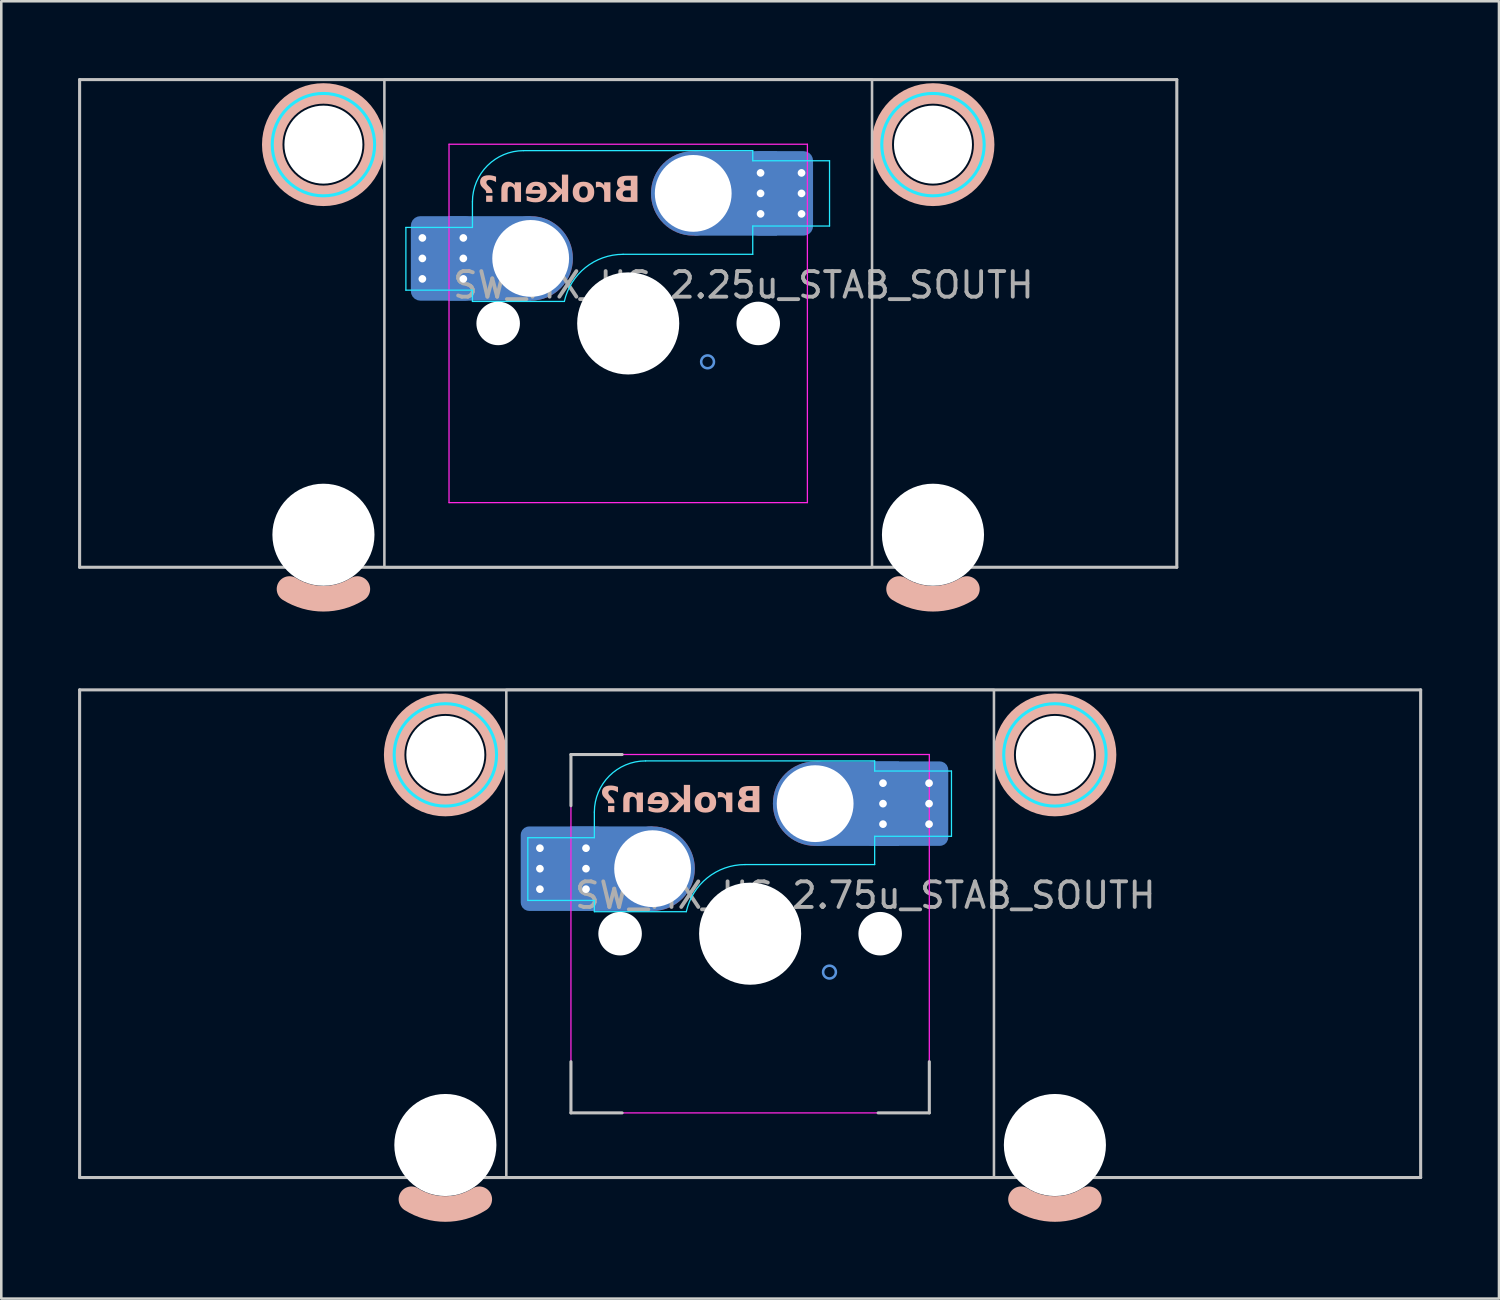
<source format=kicad_pcb>
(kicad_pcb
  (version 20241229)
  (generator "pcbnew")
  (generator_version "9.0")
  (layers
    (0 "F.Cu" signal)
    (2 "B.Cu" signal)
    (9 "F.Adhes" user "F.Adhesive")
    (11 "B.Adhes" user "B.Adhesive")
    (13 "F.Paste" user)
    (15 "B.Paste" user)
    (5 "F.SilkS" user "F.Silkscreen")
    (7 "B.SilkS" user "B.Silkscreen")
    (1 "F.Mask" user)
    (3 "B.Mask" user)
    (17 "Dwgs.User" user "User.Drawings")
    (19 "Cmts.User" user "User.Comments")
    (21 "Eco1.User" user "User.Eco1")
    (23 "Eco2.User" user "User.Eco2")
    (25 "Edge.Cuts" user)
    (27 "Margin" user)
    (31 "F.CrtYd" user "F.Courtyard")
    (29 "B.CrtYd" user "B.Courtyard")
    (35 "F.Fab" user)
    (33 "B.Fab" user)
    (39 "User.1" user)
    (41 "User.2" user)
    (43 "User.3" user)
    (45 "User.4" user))
  (footprint "SW_MX_HS_2.75u_STAB_SOUTH"
    (layer "F.Cu")
    (at 26.254 33.425)
    (property "Reference" "SW_MX_HS_2.75u_STAB_SOUTH" (at 4.5 -1.5 0) (layer "F.Fab") (effects (font (size 1 1) (thickness 0.15))))
    (attr smd)
    (fp_arc (start -10.581252 10.374995) (mid -11.90625 10.755) (end -13.231248 10.374995) (stroke (width 1) (type default)) (layer "B.SilkS"))
    (fp_arc (start 13.231248 10.374995) (mid 11.90625 10.755) (end 10.581252 10.374995) (stroke (width 1) (type default)) (layer "B.SilkS"))
    (fp_circle (center -11.906 -6.985) (end -13.906 -6.985) (stroke (width 0.8) (type solid)) (fill no) (layer "B.SilkS"))
    (fp_circle (center 11.906 -6.985) (end 9.906 -6.985) (stroke (width 0.8) (type solid)) (fill no) (layer "B.SilkS"))
    (fp_line (start -26.194 -9.525) (end -26.194 9.525) (stroke (width 0.12) (type solid)) (layer "Dwgs.User"))
    (fp_line (start -26.194 -9.525) (end 26.194 -9.525) (stroke (width 0.12) (type solid)) (layer "Dwgs.User"))
    (fp_line (start -26.194 9.525) (end 26.194 9.525) (stroke (width 0.12) (type solid)) (layer "Dwgs.User"))
    (fp_line (start -7 -7) (end -5 -7) (stroke (width 0.12) (type solid)) (layer "Dwgs.User"))
    (fp_line (start -7 -5) (end -7 -7) (stroke (width 0.12) (type solid)) (layer "Dwgs.User"))
    (fp_line (start -7 7) (end -7 5) (stroke (width 0.12) (type solid)) (layer "Dwgs.User"))
    (fp_line (start -5 7) (end -7 7) (stroke (width 0.12) (type solid)) (layer "Dwgs.User"))
    (fp_line (start 5 7) (end 7 7) (stroke (width 0.12) (type solid)) (layer "Dwgs.User"))
    (fp_line (start 7 7) (end 7 5) (stroke (width 0.12) (type solid)) (layer "Dwgs.User"))
    (fp_line (start 26.194 -9.525) (end 26.194 9.525) (stroke (width 0.12) (type solid)) (layer "Dwgs.User"))
    (fp_rect (start -9.525 -9.525) (end 9.525 9.525) (stroke (width 0.1) (type default)) (fill no) (layer "Dwgs.User"))
    (fp_circle (center 0 0) (end 0 -1) (stroke (width 0.1) (type default)) (fill no) (layer "Cmts.User"))
    (fp_circle (center 3.1 1.5) (end 3.35 1.5) (stroke (width 0.1) (type default)) (fill no) (layer "Cmts.User"))
    (fp_line (start -15.281 -5.5) (end -15.281 7.5) (stroke (width 0.05) (type solid)) (layer "Eco2.User"))
    (fp_line (start -14.781 -6) (end -9.031 -6) (stroke (width 0.05) (type solid)) (layer "Eco2.User"))
    (fp_line (start -14.781 8) (end -9.031 8) (stroke (width 0.05) (type solid)) (layer "Eco2.User"))
    (fp_line (start -8.531 -5.5) (end -8.531 7.5) (stroke (width 0.05) (type solid)) (layer "Eco2.User"))
    (fp_line (start -7 6.5) (end -7 -6.5) (stroke (width 0.05) (type solid)) (layer "Eco2.User"))
    (fp_line (start -6.5 -7) (end 6.5 -7) (stroke (width 0.05) (type solid)) (layer "Eco2.User"))
    (fp_line (start 6.5 7) (end -6.5 7) (stroke (width 0.05) (type solid)) (layer "Eco2.User"))
    (fp_line (start 7 -6.5) (end 7 6.5) (stroke (width 0.05) (type solid)) (layer "Eco2.User"))
    (fp_line (start 8.531 -5.5) (end 8.531 7.5) (stroke (width 0.05) (type solid)) (layer "Eco2.User"))
    (fp_line (start 9.031 -6) (end 14.78 -6) (stroke (width 0.05) (type solid)) (layer "Eco2.User"))
    (fp_line (start 9.031 8) (end 14.781 8) (stroke (width 0.05) (type solid)) (layer "Eco2.User"))
    (fp_line (start 15.28 -5.5) (end 15.281 7.5) (stroke (width 0.05) (type solid)) (layer "Eco2.User"))
    (fp_arc (start -15.28125 -5.499999) (mid -15.134803 -5.853552) (end -14.78125 -5.999999) (stroke (width 0.05) (type solid)) (layer "Eco2.User"))
    (fp_arc (start -14.78125 8.000001) (mid -15.134803 7.853554) (end -15.28125 7.500001) (stroke (width 0.05) (type solid)) (layer "Eco2.User"))
    (fp_arc (start -9.03125 -5.999999) (mid -8.677697 -5.853553) (end -8.53125 -5.499999) (stroke (width 0.05) (type solid)) (layer "Eco2.User"))
    (fp_arc (start -8.53125 7.500001) (mid -8.677699 7.85355) (end -9.03125 8.000001) (stroke (width 0.05) (type solid)) (layer "Eco2.User"))
    (fp_arc (start -7 -6.5) (mid -6.853553 -6.853553) (end -6.5 -7) (stroke (width 0.05) (type solid)) (layer "Eco2.User"))
    (fp_arc (start -6.5 7) (mid -6.853553 6.853553) (end -7 6.5) (stroke (width 0.05) (type solid)) (layer "Eco2.User"))
    (fp_arc (start 6.5 -7) (mid 6.853553 -6.853553) (end 7 -6.5) (stroke (width 0.05) (type solid)) (layer "Eco2.User"))
    (fp_arc (start 6.997236 6.498884) (mid 6.850805 6.852453) (end 6.497236 6.998884) (stroke (width 0.05) (type solid)) (layer "Eco2.User"))
    (fp_arc (start 8.53125 -5.499999) (mid 8.677694 -5.853557) (end 9.03125 -5.999999) (stroke (width 0.05) (type solid)) (layer "Eco2.User"))
    (fp_arc (start 9.03125 8.000001) (mid 8.677725 7.853525) (end 8.53125 7.500001) (stroke (width 0.05) (type solid)) (layer "Eco2.User"))
    (fp_arc (start 14.780039 -5.999999) (mid 15.133569 -5.853527) (end 15.280039 -5.499999) (stroke (width 0.05) (type solid)) (layer "Eco2.User"))
    (fp_arc (start 15.28125 7.500001) (mid 15.134801 7.85355) (end 14.78125 8.000001) (stroke (width 0.05) (type solid)) (layer "Eco2.User"))
    (fp_line (start -8.685 -3.75) (end -8.685 -1.3) (stroke (width 0.05) (type solid)) (layer "B.CrtYd"))
    (fp_line (start -8.685 -1.3) (end -6.085 -1.3) (stroke (width 0.05) (type solid)) (layer "B.CrtYd"))
    (fp_line (start -6.085 -3.75) (end -8.685 -3.75) (stroke (width 0.05) (type solid)) (layer "B.CrtYd"))
    (fp_line (start -6.085 -3.75) (end -6.085 -4.75) (stroke (width 0.05) (type solid)) (layer "B.CrtYd"))
    (fp_line (start -6.085 -1.3) (end -6.085 -0.86) (stroke (width 0.05) (type solid)) (layer "B.CrtYd"))
    (fp_line (start -6.085 -0.86) (end -2.494 -0.86) (stroke (width 0.05) (type solid)) (layer "B.CrtYd"))
    (fp_line (start -4.085 -6.75) (end 4.865 -6.75) (stroke (width 0.05) (type solid)) (layer "B.CrtYd"))
    (fp_line (start 4.865 -6.75) (end 4.865 -6.355) (stroke (width 0.05) (type solid)) (layer "B.CrtYd"))
    (fp_line (start 4.865 -6.355) (end 7.865 -6.355) (stroke (width 0.05) (type solid)) (layer "B.CrtYd"))
    (fp_line (start 4.865 -3.805) (end 4.865 -2.7) (stroke (width 0.05) (type solid)) (layer "B.CrtYd"))
    (fp_line (start 4.865 -3.805) (end 7.865 -3.805) (stroke (width 0.05) (type solid)) (layer "B.CrtYd"))
    (fp_line (start 4.865 -2.7) (end -0.2 -2.7) (stroke (width 0.05) (type solid)) (layer "B.CrtYd"))
    (fp_line (start 7.865 -3.805) (end 7.865 -6.355) (stroke (width 0.05) (type solid)) (layer "B.CrtYd"))
    (fp_arc (start -6.085176 -4.75022) (mid -5.49939 -6.164434) (end -4.085176 -6.75022) (stroke (width 0.05) (type solid)) (layer "B.CrtYd"))
    (fp_arc (start -2.494322 -0.86022) (mid -1.670503 -2.183399) (end -0.2 -2.70022) (stroke (width 0.05) (type solid)) (layer "B.CrtYd"))
    (fp_circle (center -11.906 -6.985) (end -9.906 -6.985) (stroke (width 0.12) (type solid)) (fill no) (layer "B.CrtYd"))
    (fp_circle (center 11.906 -6.985) (end 13.906 -6.985) (stroke (width 0.12) (type solid)) (fill no) (layer "B.CrtYd"))
    (fp_line (start -7 -7) (end -7 7) (stroke (width 0.05) (type solid)) (layer "F.CrtYd"))
    (fp_line (start -7 7) (end 7 7) (stroke (width 0.05) (type solid)) (layer "F.CrtYd"))
    (fp_line (start 7 -7) (end -7 -7) (stroke (width 0.05) (type solid)) (layer "F.CrtYd"))
    (fp_line (start 7 7) (end 7 -7) (stroke (width 0.05) (type solid)) (layer "F.CrtYd"))
    (fp_text user "Broken?" (at 0.49 -4.58 0) (unlocked yes) (layer "B.SilkS") (effects (font (face "Hitmo2.0") (size 1 1) (thickness 0.25) (bold yes)) (justify left bottom mirror)))
    (pad "" np_thru_hole circle (at -11.906 -6.985) (size 3.048 3.048) (drill 3.048) (layers "*.Cu" "*.Mask"))
    (pad "" np_thru_hole circle (at -11.906 8.255) (size 3.988 3.988) (drill 3.988) (layers "*.Cu" "*.Mask"))
    (pad "" np_thru_hole circle (at -5.08 0) (size 1.7 1.7) (drill 1.7) (layers "*.Cu" "*.Mask"))
    (pad "" np_thru_hole circle (at 0 0) (size 3.988 3.988) (drill 3.988) (layers "*.Cu" "*.Mask"))
    (pad "" np_thru_hole circle (at 5.08 0) (size 1.7 1.7) (drill 1.7) (layers "*.Cu" "*.Mask"))
    (pad "" np_thru_hole circle (at 11.906 -6.985) (size 3.048 3.048) (drill 3.048) (layers "*.Cu" "*.Mask"))
    (pad "" np_thru_hole circle (at 11.906 8.255) (size 3.988 3.988) (drill 3.988) (layers "*.Cu" "*.Mask"))
    (pad "1" thru_hole circle (at -8.212 -3.34 180) (size 0.6 0.6) (drill 0.3) (layers "*.Cu"))
    (pad "1" thru_hole circle (at -8.212 -2.54 180) (size 0.6 0.6) (drill 0.3) (layers "*.Cu"))
    (pad "1" thru_hole circle (at -8.212 -1.74 180) (size 0.6 0.6) (drill 0.3) (layers "*.Cu"))
    (pad "1" smd roundrect (at -7.562 -2.54 180) (size 2.5 3) (layers "B.Cu" "B.Mask" "B.Paste") (roundrect_rratio 0.1))
    (pad "1" smd roundrect (at -7.312 -2.54 180) (size 3.3 3.3) (layers "B.Cu") (roundrect_rratio 0.1))
    (pad "1" thru_hole circle (at -6.412 -3.34 180) (size 0.6 0.6) (drill 0.3) (layers "*.Cu"))
    (pad "1" thru_hole circle (at -6.412 -2.54 180) (size 0.6 0.6) (drill 0.3) (layers "*.Cu"))
    (pad "1" thru_hole circle (at -6.412 -1.74 180) (size 0.6 0.6) (drill 0.3) (layers "*.Cu"))
    (pad "1" smd rect (at -5.423 -2.54 180) (size 3.226 3.3) (layers "B.Cu"))
    (pad "1" thru_hole circle (at -3.81 -2.54 180) (size 3 3) (drill 3) (layers "*.Cu" "*.Mask"))
    (pad "1" smd circle (at -3.81 -2.54 180) (size 3.3 3.3) (layers "F.Cu"))
    (pad "1" smd circle (at -3.81 -2.54 180) (size 3.3 3.3) (layers "B.Cu"))
    (pad "2" thru_hole circle (at 2.54 -5.08) (size 3 3) (drill 3) (layers "*.Cu" "*.Mask"))
    (pad "2" smd circle (at 2.54 -5.08 180) (size 3.3 3.3) (layers "F.Cu"))
    (pad "2" smd circle (at 2.54 -5.08 180) (size 3.3 3.3) (layers "B.Cu"))
    (pad "2" smd rect (at 4.201 -5.08) (size 3.226 3.3) (layers "B.Cu"))
    (pad "2" thru_hole circle (at 5.19 -5.88) (size 0.6 0.6) (drill 0.3) (layers "*.Cu"))
    (pad "2" thru_hole circle (at 5.19 -5.08) (size 0.6 0.6) (drill 0.3) (layers "*.Cu"))
    (pad "2" thru_hole circle (at 5.19 -4.28) (size 0.6 0.6) (drill 0.3) (layers "*.Cu"))
    (pad "2" smd roundrect (at 6.09 -5.08) (size 3.3 3.3) (layers "B.Cu") (roundrect_rratio 0.1))
    (pad "2" smd roundrect (at 6.34 -5.08) (size 2.5 3) (layers "B.Cu" "B.Mask" "B.Paste") (roundrect_rratio 0.1))
    (pad "2" thru_hole circle (at 6.99 -5.88) (size 0.6 0.6) (drill 0.3) (layers "*.Cu"))
    (pad "2" thru_hole circle (at 6.99 -5.08) (size 0.6 0.6) (drill 0.3) (layers "*.Cu"))
    (pad "2" thru_hole circle (at 6.99 -4.28) (size 0.6 0.6) (drill 0.3) (layers "*.Cu")))
  (footprint "SW_MX_HS_2.25u_STAB_SOUTH"
    (layer "F.Cu")
    (at 21.491 9.585)
    (property "Reference" "SW_MX_HS_2.25u_STAB_SOUTH" (at 4.5 -1.5 0) (layer "F.Fab") (effects (font (size 1 1) (thickness 0.15))))
    (attr smd)
    (fp_arc (start -10.581252 10.374995) (mid -11.90625 10.755) (end -13.231248 10.374995) (stroke (width 1) (type default)) (layer "B.SilkS"))
    (fp_arc (start 13.231248 10.374995) (mid 11.90625 10.755) (end 10.581252 10.374995) (stroke (width 1) (type default)) (layer "B.SilkS"))
    (fp_circle (center -11.906 -6.985) (end -13.906 -6.985) (stroke (width 0.8) (type solid)) (fill no) (layer "B.SilkS"))
    (fp_circle (center 11.906 -6.985) (end 9.906 -6.985) (stroke (width 0.8) (type solid)) (fill no) (layer "B.SilkS"))
    (fp_line (start -21.431 -9.525) (end -21.431 9.525) (stroke (width 0.12) (type solid)) (layer "Dwgs.User"))
    (fp_line (start -21.431 -9.525) (end 21.431 -9.525) (stroke (width 0.12) (type solid)) (layer "Dwgs.User"))
    (fp_line (start -21.431 9.525) (end 21.431 9.525) (stroke (width 0.12) (type solid)) (layer "Dwgs.User"))
    (fp_line (start 21.431 -9.525) (end 21.431 9.525) (stroke (width 0.12) (type solid)) (layer "Dwgs.User"))
    (fp_rect (start -9.525 -9.525) (end 9.525 9.525) (stroke (width 0.1) (type default)) (fill no) (layer "Dwgs.User"))
    (fp_circle (center 3.1 1.5) (end 3.35 1.5) (stroke (width 0.1) (type default)) (fill no) (layer "Cmts.User"))
    (fp_line (start -15.281 -5.5) (end -15.281 7.5) (stroke (width 0.05) (type solid)) (layer "Eco2.User"))
    (fp_line (start -14.781 -6) (end -9.031 -6) (stroke (width 0.05) (type solid)) (layer "Eco2.User"))
    (fp_line (start -14.781 8) (end -9.031 8) (stroke (width 0.05) (type solid)) (layer "Eco2.User"))
    (fp_line (start -8.531 -5.5) (end -8.531 7.5) (stroke (width 0.05) (type solid)) (layer "Eco2.User"))
    (fp_line (start -7 6.5) (end -7 -6.5) (stroke (width 0.05) (type solid)) (layer "Eco2.User"))
    (fp_line (start -6.5 -7) (end 6.5 -7) (stroke (width 0.05) (type solid)) (layer "Eco2.User"))
    (fp_line (start 6.5 7) (end -6.5 7) (stroke (width 0.05) (type solid)) (layer "Eco2.User"))
    (fp_line (start 7 -6.5) (end 7 6.5) (stroke (width 0.05) (type solid)) (layer "Eco2.User"))
    (fp_line (start 8.531 -5.5) (end 8.531 7.5) (stroke (width 0.05) (type solid)) (layer "Eco2.User"))
    (fp_line (start 9.031 -6) (end 14.78 -6) (stroke (width 0.05) (type solid)) (layer "Eco2.User"))
    (fp_line (start 9.031 8) (end 14.781 8) (stroke (width 0.05) (type solid)) (layer "Eco2.User"))
    (fp_line (start 15.28 -5.5) (end 15.281 7.5) (stroke (width 0.05) (type solid)) (layer "Eco2.User"))
    (fp_arc (start -15.28125 -5.499999) (mid -15.134803 -5.853552) (end -14.78125 -5.999999) (stroke (width 0.05) (type solid)) (layer "Eco2.User"))
    (fp_arc (start -14.78125 8.000001) (mid -15.134803 7.853554) (end -15.28125 7.500001) (stroke (width 0.05) (type solid)) (layer "Eco2.User"))
    (fp_arc (start -9.03125 -5.999999) (mid -8.677697 -5.853552) (end -8.53125 -5.499999) (stroke (width 0.05) (type solid)) (layer "Eco2.User"))
    (fp_arc (start -8.53125 7.500001) (mid -8.677697 7.853554) (end -9.03125 8.000001) (stroke (width 0.05) (type solid)) (layer "Eco2.User"))
    (fp_arc (start -7 -6.5) (mid -6.853553 -6.853553) (end -6.5 -7) (stroke (width 0.05) (type solid)) (layer "Eco2.User"))
    (fp_arc (start -6.5 7) (mid -6.853553 6.853553) (end -7 6.5) (stroke (width 0.05) (type solid)) (layer "Eco2.User"))
    (fp_arc (start 6.5 -7) (mid 6.853553 -6.853553) (end 7 -6.5) (stroke (width 0.05) (type solid)) (layer "Eco2.User"))
    (fp_arc (start 6.997236 6.498884) (mid 6.850805 6.852453) (end 6.497236 6.998884) (stroke (width 0.05) (type solid)) (layer "Eco2.User"))
    (fp_arc (start 8.53125 -5.499999) (mid 8.677685 -5.853564) (end 9.03125 -5.999999) (stroke (width 0.05) (type solid)) (layer "Eco2.User"))
    (fp_arc (start 9.03125 8.000001) (mid 8.677722 7.853529) (end 8.53125 7.500001) (stroke (width 0.05) (type solid)) (layer "Eco2.User"))
    (fp_arc (start 14.780039 -5.999999) (mid 15.133573 -5.853533) (end 15.280039 -5.499999) (stroke (width 0.05) (type solid)) (layer "Eco2.User"))
    (fp_arc (start 15.28125 7.500001) (mid 15.134813 7.853564) (end 14.78125 8.000001) (stroke (width 0.05) (type solid)) (layer "Eco2.User"))
    (fp_line (start -8.685 -3.75) (end -8.685 -1.3) (stroke (width 0.05) (type solid)) (layer "B.CrtYd"))
    (fp_line (start -8.685 -1.3) (end -6.085 -1.3) (stroke (width 0.05) (type solid)) (layer "B.CrtYd"))
    (fp_line (start -6.085 -3.75) (end -8.685 -3.75) (stroke (width 0.05) (type solid)) (layer "B.CrtYd"))
    (fp_line (start -6.085 -3.75) (end -6.085 -4.75) (stroke (width 0.05) (type solid)) (layer "B.CrtYd"))
    (fp_line (start -6.085 -1.3) (end -6.085 -0.86) (stroke (width 0.05) (type solid)) (layer "B.CrtYd"))
    (fp_line (start -6.085 -0.86) (end -2.494 -0.86) (stroke (width 0.05) (type solid)) (layer "B.CrtYd"))
    (fp_line (start -4.085 -6.75) (end 4.865 -6.75) (stroke (width 0.05) (type solid)) (layer "B.CrtYd"))
    (fp_line (start 4.865 -6.75) (end 4.865 -6.355) (stroke (width 0.05) (type solid)) (layer "B.CrtYd"))
    (fp_line (start 4.865 -6.355) (end 7.865 -6.355) (stroke (width 0.05) (type solid)) (layer "B.CrtYd"))
    (fp_line (start 4.865 -3.805) (end 4.865 -2.7) (stroke (width 0.05) (type solid)) (layer "B.CrtYd"))
    (fp_line (start 4.865 -3.805) (end 7.865 -3.805) (stroke (width 0.05) (type solid)) (layer "B.CrtYd"))
    (fp_line (start 4.865 -2.7) (end -0.2 -2.7) (stroke (width 0.05) (type solid)) (layer "B.CrtYd"))
    (fp_line (start 7.865 -3.805) (end 7.865 -6.355) (stroke (width 0.05) (type solid)) (layer "B.CrtYd"))
    (fp_arc (start -6.085176 -4.75022) (mid -5.49939 -6.164434) (end -4.085176 -6.75022) (stroke (width 0.05) (type solid)) (layer "B.CrtYd"))
    (fp_arc (start -2.494322 -0.86022) (mid -1.670503 -2.183399) (end -0.2 -2.70022) (stroke (width 0.05) (type solid)) (layer "B.CrtYd"))
    (fp_circle (center -11.906 -6.985) (end -9.906 -6.985) (stroke (width 0.12) (type solid)) (fill no) (layer "B.CrtYd"))
    (fp_circle (center 11.906 -6.985) (end 13.906 -6.985) (stroke (width 0.12) (type solid)) (fill no) (layer "B.CrtYd"))
    (fp_line (start -7 -7) (end -7 7) (stroke (width 0.05) (type solid)) (layer "F.CrtYd"))
    (fp_line (start -7 7) (end 7 7) (stroke (width 0.05) (type solid)) (layer "F.CrtYd"))
    (fp_line (start 7 -7) (end -7 -7) (stroke (width 0.05) (type solid)) (layer "F.CrtYd"))
    (fp_line (start 7 7) (end 7 -7) (stroke (width 0.05) (type solid)) (layer "F.CrtYd"))
    (fp_text user "Broken?" (at 0.49 -4.58 0) (unlocked yes) (layer "B.SilkS") (effects (font (face "Hitmo2.0") (size 1 1) (thickness 0.25) (bold yes)) (justify left bottom mirror)))
    (pad "" np_thru_hole circle (at -11.906 -6.985) (size 3.048 3.048) (drill 3.048) (layers "*.Cu" "*.Mask"))
    (pad "" np_thru_hole circle (at -11.906 8.255) (size 3.988 3.988) (drill 3.988) (layers "*.Cu" "*.Mask"))
    (pad "" np_thru_hole circle (at -5.08 0) (size 1.7 1.7) (drill 1.7) (layers "*.Cu" "*.Mask"))
    (pad "" np_thru_hole circle (at 0 0) (size 3.988 3.988) (drill 3.988) (layers "*.Cu" "*.Mask"))
    (pad "" np_thru_hole circle (at 5.08 0) (size 1.7 1.7) (drill 1.7) (layers "*.Cu" "*.Mask"))
    (pad "" np_thru_hole circle (at 11.906 -6.985) (size 3.048 3.048) (drill 3.048) (layers "*.Cu" "*.Mask"))
    (pad "" np_thru_hole circle (at 11.906 8.255) (size 3.988 3.988) (drill 3.988) (layers "*.Cu" "*.Mask"))
    (pad "1" thru_hole circle (at -8.041 -3.34 180) (size 0.6 0.6) (drill 0.3) (layers "*.Cu"))
    (pad "1" thru_hole circle (at -8.041 -2.54 180) (size 0.6 0.6) (drill 0.3) (layers "*.Cu"))
    (pad "1" thru_hole circle (at -8.041 -1.74 180) (size 0.6 0.6) (drill 0.3) (layers "*.Cu"))
    (pad "1" smd roundrect (at -7.241 -2.54 180) (size 2.2 3) (layers "B.Cu" "B.Mask" "B.Paste") (roundrect_rratio 0.114))
    (pad "1" smd roundrect (at -7.241 -2.54 180) (size 2.5 3.3) (layers "B.Cu") (roundrect_rratio 0.148))
    (pad "1" thru_hole circle (at -6.441 -3.34 180) (size 0.6 0.6) (drill 0.3) (layers "*.Cu"))
    (pad "1" thru_hole circle (at -6.441 -2.54 180) (size 0.6 0.6) (drill 0.3) (layers "*.Cu"))
    (pad "1" thru_hole circle (at -6.441 -1.74 180) (size 0.6 0.6) (drill 0.3) (layers "*.Cu"))
    (pad "1" smd rect (at -5.423 -2.54 180) (size 3.226 3.3) (layers "B.Cu"))
    (pad "1" thru_hole circle (at -3.81 -2.54 180) (size 3 3) (drill 3) (layers "*.Cu" "*.Mask"))
    (pad "1" smd circle (at -3.81 -2.54 180) (size 3.3 3.3) (layers "F.Cu"))
    (pad "1" smd circle (at -3.81 -2.54 180) (size 3.3 3.3) (layers "B.Cu"))
    (pad "2" thru_hole circle (at 2.54 -5.08) (size 3 3) (drill 3) (layers "*.Cu" "*.Mask"))
    (pad "2" smd circle (at 2.54 -5.08 180) (size 3.3 3.3) (layers "F.Cu"))
    (pad "2" smd circle (at 2.54 -5.08 180) (size 3.3 3.3) (layers "B.Cu"))
    (pad "2" smd rect (at 4.201 -5.08) (size 3.226 3.3) (layers "B.Cu"))
    (pad "2" thru_hole circle (at 5.171 -5.88) (size 0.6 0.6) (drill 0.3) (layers "*.Cu"))
    (pad "2" thru_hole circle (at 5.171 -5.08) (size 0.6 0.6) (drill 0.3) (layers "*.Cu"))
    (pad "2" thru_hole circle (at 5.171 -4.28) (size 0.6 0.6) (drill 0.3) (layers "*.Cu"))
    (pad "2" smd roundrect (at 5.971 -5.08) (size 2.2 3) (layers "B.Cu" "B.Mask" "B.Paste") (roundrect_rratio 0.114))
    (pad "2" smd roundrect (at 5.971 -5.08) (size 2.5 3.3) (layers "B.Cu") (roundrect_rratio 0.148))
    (pad "2" thru_hole circle (at 6.771 -5.88) (size 0.6 0.6) (drill 0.3) (layers "*.Cu"))
    (pad "2" thru_hole circle (at 6.771 -5.08) (size 0.6 0.6) (drill 0.3) (layers "*.Cu"))
    (pad "2" thru_hole circle (at 6.771 -4.28) (size 0.6 0.6) (drill 0.3) (layers "*.Cu")))
  (gr_rect
    (start -3 -3)
    (end 55.508 47.68)
    (stroke (width 0.1) (type default))
    (fill no)
    (layer "Edge.Cuts")))
</source>
